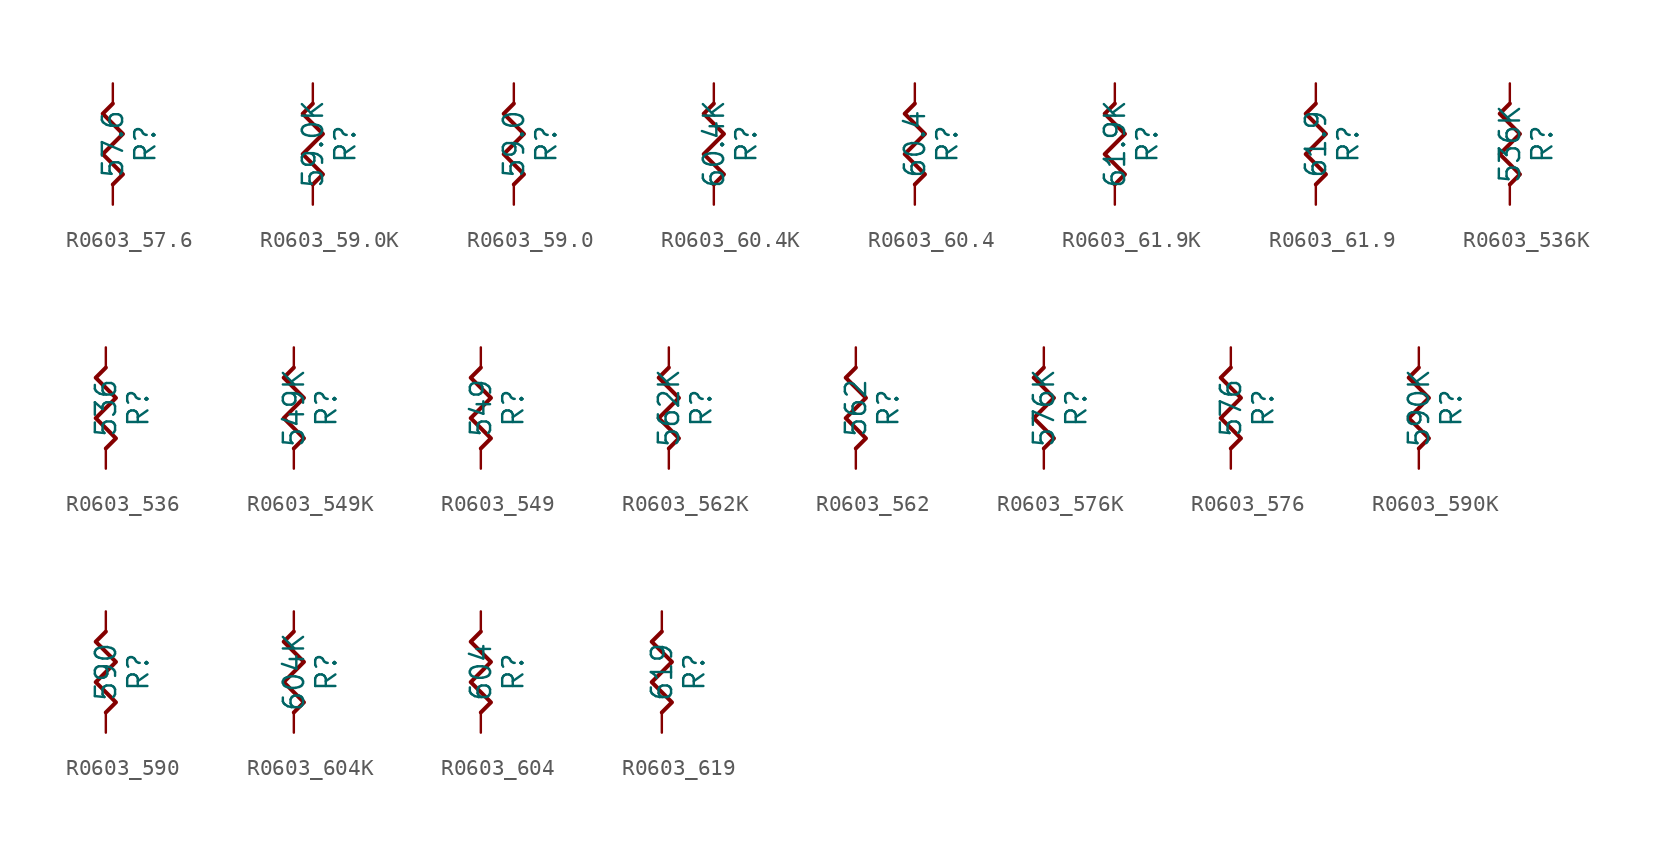
<source format=kicad_sym>
(kicad_symbol_lib
  (version 20211014)
  (generator atlantix-eda)
  (symbol "R0603_57.6"
    (pin_numbers hide)
    (pin_names
      (offset 0))
    (property "Reference" "R"
      (at 2.032 0 90)
      (effects (font (size 1.27 1.27))))
    (property "Value" "57.6"
      (at 0 0 90)
      (effects (font (size 1.27 1.27))))
    (symbol "R0603_57.6_0_1"
      (polyline (pts (xy 0 -2.54) (xy 0.635 -1.905) (xy -0.635 -0.635) (xy 0.635 0.635) (xy -0.635 1.905) (xy 0 2.54)) (stroke (width 0.254) (type default) (color 0 0 0 0)) (fill (type none))))
    (symbol "R0603_57.6_1_1"
      (pin passive line (at 0 3.81 270) (length 1.27) (name "~" (effects (font (size 1.27 1.27)))) (number "1" (effects (font (size 1.27 1.27)))))
      (pin passive line (at 0 -3.81 90) (length 1.27) (name "~" (effects (font (size 1.27 1.27)))) (number "2" (effects (font (size 1.27 1.27)))))))
  (symbol "R0603_59.0K"
    (pin_numbers hide)
    (pin_names
      (offset 0))
    (property "Reference" "R"
      (at 2.032 0 90)
      (effects (font (size 1.27 1.27))))
    (property "Value" "59.0K"
      (at 0 0 90)
      (effects (font (size 1.27 1.27))))
    (symbol "R0603_59.0K_0_1"
      (polyline (pts (xy 0 -2.54) (xy 0.635 -1.905) (xy -0.635 -0.635) (xy 0.635 0.635) (xy -0.635 1.905) (xy 0 2.54)) (stroke (width 0.254) (type default) (color 0 0 0 0)) (fill (type none))))
    (symbol "R0603_59.0K_1_1"
      (pin passive line (at 0 3.81 270) (length 1.27) (name "~" (effects (font (size 1.27 1.27)))) (number "1" (effects (font (size 1.27 1.27)))))
      (pin passive line (at 0 -3.81 90) (length 1.27) (name "~" (effects (font (size 1.27 1.27)))) (number "2" (effects (font (size 1.27 1.27)))))))
  (symbol "R0603_59.0"
    (pin_numbers hide)
    (pin_names
      (offset 0))
    (property "Reference" "R"
      (at 2.032 0 90)
      (effects (font (size 1.27 1.27))))
    (property "Value" "59.0"
      (at 0 0 90)
      (effects (font (size 1.27 1.27))))
    (symbol "R0603_59.0_0_1"
      (polyline (pts (xy 0 -2.54) (xy 0.635 -1.905) (xy -0.635 -0.635) (xy 0.635 0.635) (xy -0.635 1.905) (xy 0 2.54)) (stroke (width 0.254) (type default) (color 0 0 0 0)) (fill (type none))))
    (symbol "R0603_59.0_1_1"
      (pin passive line (at 0 3.81 270) (length 1.27) (name "~" (effects (font (size 1.27 1.27)))) (number "1" (effects (font (size 1.27 1.27)))))
      (pin passive line (at 0 -3.81 90) (length 1.27) (name "~" (effects (font (size 1.27 1.27)))) (number "2" (effects (font (size 1.27 1.27)))))))
  (symbol "R0603_60.4K"
    (pin_numbers hide)
    (pin_names
      (offset 0))
    (property "Reference" "R"
      (at 2.032 0 90)
      (effects (font (size 1.27 1.27))))
    (property "Value" "60.4K"
      (at 0 0 90)
      (effects (font (size 1.27 1.27))))
    (symbol "R0603_60.4K_0_1"
      (polyline (pts (xy 0 -2.54) (xy 0.635 -1.905) (xy -0.635 -0.635) (xy 0.635 0.635) (xy -0.635 1.905) (xy 0 2.54)) (stroke (width 0.254) (type default) (color 0 0 0 0)) (fill (type none))))
    (symbol "R0603_60.4K_1_1"
      (pin passive line (at 0 3.81 270) (length 1.27) (name "~" (effects (font (size 1.27 1.27)))) (number "1" (effects (font (size 1.27 1.27)))))
      (pin passive line (at 0 -3.81 90) (length 1.27) (name "~" (effects (font (size 1.27 1.27)))) (number "2" (effects (font (size 1.27 1.27)))))))
  (symbol "R0603_60.4"
    (pin_numbers hide)
    (pin_names
      (offset 0))
    (property "Reference" "R"
      (at 2.032 0 90)
      (effects (font (size 1.27 1.27))))
    (property "Value" "60.4"
      (at 0 0 90)
      (effects (font (size 1.27 1.27))))
    (symbol "R0603_60.4_0_1"
      (polyline (pts (xy 0 -2.54) (xy 0.635 -1.905) (xy -0.635 -0.635) (xy 0.635 0.635) (xy -0.635 1.905) (xy 0 2.54)) (stroke (width 0.254) (type default) (color 0 0 0 0)) (fill (type none))))
    (symbol "R0603_60.4_1_1"
      (pin passive line (at 0 3.81 270) (length 1.27) (name "~" (effects (font (size 1.27 1.27)))) (number "1" (effects (font (size 1.27 1.27)))))
      (pin passive line (at 0 -3.81 90) (length 1.27) (name "~" (effects (font (size 1.27 1.27)))) (number "2" (effects (font (size 1.27 1.27)))))))
  (symbol "R0603_61.9K"
    (pin_numbers hide)
    (pin_names
      (offset 0))
    (property "Reference" "R"
      (at 2.032 0 90)
      (effects (font (size 1.27 1.27))))
    (property "Value" "61.9K"
      (at 0 0 90)
      (effects (font (size 1.27 1.27))))
    (symbol "R0603_61.9K_0_1"
      (polyline (pts (xy 0 -2.54) (xy 0.635 -1.905) (xy -0.635 -0.635) (xy 0.635 0.635) (xy -0.635 1.905) (xy 0 2.54)) (stroke (width 0.254) (type default) (color 0 0 0 0)) (fill (type none))))
    (symbol "R0603_61.9K_1_1"
      (pin passive line (at 0 3.81 270) (length 1.27) (name "~" (effects (font (size 1.27 1.27)))) (number "1" (effects (font (size 1.27 1.27)))))
      (pin passive line (at 0 -3.81 90) (length 1.27) (name "~" (effects (font (size 1.27 1.27)))) (number "2" (effects (font (size 1.27 1.27)))))))
  (symbol "R0603_61.9"
    (pin_numbers hide)
    (pin_names
      (offset 0))
    (property "Reference" "R"
      (at 2.032 0 90)
      (effects (font (size 1.27 1.27))))
    (property "Value" "61.9"
      (at 0 0 90)
      (effects (font (size 1.27 1.27))))
    (symbol "R0603_61.9_0_1"
      (polyline (pts (xy 0 -2.54) (xy 0.635 -1.905) (xy -0.635 -0.635) (xy 0.635 0.635) (xy -0.635 1.905) (xy 0 2.54)) (stroke (width 0.254) (type default) (color 0 0 0 0)) (fill (type none))))
    (symbol "R0603_61.9_1_1"
      (pin passive line (at 0 3.81 270) (length 1.27) (name "~" (effects (font (size 1.27 1.27)))) (number "1" (effects (font (size 1.27 1.27)))))
      (pin passive line (at 0 -3.81 90) (length 1.27) (name "~" (effects (font (size 1.27 1.27)))) (number "2" (effects (font (size 1.27 1.27)))))))
  (symbol "R0603_536K"
    (pin_numbers hide)
    (pin_names
      (offset 0))
    (property "Reference" "R"
      (at 2.032 0 90)
      (effects (font (size 1.27 1.27))))
    (property "Value" "536K"
      (at 0 0 90)
      (effects (font (size 1.27 1.27))))
    (symbol "R0603_536K_0_1"
      (polyline (pts (xy 0 -2.54) (xy 0.635 -1.905) (xy -0.635 -0.635) (xy 0.635 0.635) (xy -0.635 1.905) (xy 0 2.54)) (stroke (width 0.254) (type default) (color 0 0 0 0)) (fill (type none))))
    (symbol "R0603_536K_1_1"
      (pin passive line (at 0 3.81 270) (length 1.27) (name "~" (effects (font (size 1.27 1.27)))) (number "1" (effects (font (size 1.27 1.27)))))
      (pin passive line (at 0 -3.81 90) (length 1.27) (name "~" (effects (font (size 1.27 1.27)))) (number "2" (effects (font (size 1.27 1.27)))))))
  (symbol "R0603_536"
    (pin_numbers hide)
    (pin_names
      (offset 0))
    (property "Reference" "R"
      (at 2.032 0 90)
      (effects (font (size 1.27 1.27))))
    (property "Value" "536"
      (at 0 0 90)
      (effects (font (size 1.27 1.27))))
    (symbol "R0603_536_0_1"
      (polyline (pts (xy 0 -2.54) (xy 0.635 -1.905) (xy -0.635 -0.635) (xy 0.635 0.635) (xy -0.635 1.905) (xy 0 2.54)) (stroke (width 0.254) (type default) (color 0 0 0 0)) (fill (type none))))
    (symbol "R0603_536_1_1"
      (pin passive line (at 0 3.81 270) (length 1.27) (name "~" (effects (font (size 1.27 1.27)))) (number "1" (effects (font (size 1.27 1.27)))))
      (pin passive line (at 0 -3.81 90) (length 1.27) (name "~" (effects (font (size 1.27 1.27)))) (number "2" (effects (font (size 1.27 1.27)))))))
  (symbol "R0603_549K"
    (pin_numbers hide)
    (pin_names
      (offset 0))
    (property "Reference" "R"
      (at 2.032 0 90)
      (effects (font (size 1.27 1.27))))
    (property "Value" "549K"
      (at 0 0 90)
      (effects (font (size 1.27 1.27))))
    (symbol "R0603_549K_0_1"
      (polyline (pts (xy 0 -2.54) (xy 0.635 -1.905) (xy -0.635 -0.635) (xy 0.635 0.635) (xy -0.635 1.905) (xy 0 2.54)) (stroke (width 0.254) (type default) (color 0 0 0 0)) (fill (type none))))
    (symbol "R0603_549K_1_1"
      (pin passive line (at 0 3.81 270) (length 1.27) (name "~" (effects (font (size 1.27 1.27)))) (number "1" (effects (font (size 1.27 1.27)))))
      (pin passive line (at 0 -3.81 90) (length 1.27) (name "~" (effects (font (size 1.27 1.27)))) (number "2" (effects (font (size 1.27 1.27)))))))
  (symbol "R0603_549"
    (pin_numbers hide)
    (pin_names
      (offset 0))
    (property "Reference" "R"
      (at 2.032 0 90)
      (effects (font (size 1.27 1.27))))
    (property "Value" "549"
      (at 0 0 90)
      (effects (font (size 1.27 1.27))))
    (symbol "R0603_549_0_1"
      (polyline (pts (xy 0 -2.54) (xy 0.635 -1.905) (xy -0.635 -0.635) (xy 0.635 0.635) (xy -0.635 1.905) (xy 0 2.54)) (stroke (width 0.254) (type default) (color 0 0 0 0)) (fill (type none))))
    (symbol "R0603_549_1_1"
      (pin passive line (at 0 3.81 270) (length 1.27) (name "~" (effects (font (size 1.27 1.27)))) (number "1" (effects (font (size 1.27 1.27)))))
      (pin passive line (at 0 -3.81 90) (length 1.27) (name "~" (effects (font (size 1.27 1.27)))) (number "2" (effects (font (size 1.27 1.27)))))))
  (symbol "R0603_562K"
    (pin_numbers hide)
    (pin_names
      (offset 0))
    (property "Reference" "R"
      (at 2.032 0 90)
      (effects (font (size 1.27 1.27))))
    (property "Value" "562K"
      (at 0 0 90)
      (effects (font (size 1.27 1.27))))
    (symbol "R0603_562K_0_1"
      (polyline (pts (xy 0 -2.54) (xy 0.635 -1.905) (xy -0.635 -0.635) (xy 0.635 0.635) (xy -0.635 1.905) (xy 0 2.54)) (stroke (width 0.254) (type default) (color 0 0 0 0)) (fill (type none))))
    (symbol "R0603_562K_1_1"
      (pin passive line (at 0 3.81 270) (length 1.27) (name "~" (effects (font (size 1.27 1.27)))) (number "1" (effects (font (size 1.27 1.27)))))
      (pin passive line (at 0 -3.81 90) (length 1.27) (name "~" (effects (font (size 1.27 1.27)))) (number "2" (effects (font (size 1.27 1.27)))))))
  (symbol "R0603_562"
    (pin_numbers hide)
    (pin_names
      (offset 0))
    (property "Reference" "R"
      (at 2.032 0 90)
      (effects (font (size 1.27 1.27))))
    (property "Value" "562"
      (at 0 0 90)
      (effects (font (size 1.27 1.27))))
    (symbol "R0603_562_0_1"
      (polyline (pts (xy 0 -2.54) (xy 0.635 -1.905) (xy -0.635 -0.635) (xy 0.635 0.635) (xy -0.635 1.905) (xy 0 2.54)) (stroke (width 0.254) (type default) (color 0 0 0 0)) (fill (type none))))
    (symbol "R0603_562_1_1"
      (pin passive line (at 0 3.81 270) (length 1.27) (name "~" (effects (font (size 1.27 1.27)))) (number "1" (effects (font (size 1.27 1.27)))))
      (pin passive line (at 0 -3.81 90) (length 1.27) (name "~" (effects (font (size 1.27 1.27)))) (number "2" (effects (font (size 1.27 1.27)))))))
  (symbol "R0603_576K"
    (pin_numbers hide)
    (pin_names
      (offset 0))
    (property "Reference" "R"
      (at 2.032 0 90)
      (effects (font (size 1.27 1.27))))
    (property "Value" "576K"
      (at 0 0 90)
      (effects (font (size 1.27 1.27))))
    (symbol "R0603_576K_0_1"
      (polyline (pts (xy 0 -2.54) (xy 0.635 -1.905) (xy -0.635 -0.635) (xy 0.635 0.635) (xy -0.635 1.905) (xy 0 2.54)) (stroke (width 0.254) (type default) (color 0 0 0 0)) (fill (type none))))
    (symbol "R0603_576K_1_1"
      (pin passive line (at 0 3.81 270) (length 1.27) (name "~" (effects (font (size 1.27 1.27)))) (number "1" (effects (font (size 1.27 1.27)))))
      (pin passive line (at 0 -3.81 90) (length 1.27) (name "~" (effects (font (size 1.27 1.27)))) (number "2" (effects (font (size 1.27 1.27)))))))
  (symbol "R0603_576"
    (pin_numbers hide)
    (pin_names
      (offset 0))
    (property "Reference" "R"
      (at 2.032 0 90)
      (effects (font (size 1.27 1.27))))
    (property "Value" "576"
      (at 0 0 90)
      (effects (font (size 1.27 1.27))))
    (symbol "R0603_576_0_1"
      (polyline (pts (xy 0 -2.54) (xy 0.635 -1.905) (xy -0.635 -0.635) (xy 0.635 0.635) (xy -0.635 1.905) (xy 0 2.54)) (stroke (width 0.254) (type default) (color 0 0 0 0)) (fill (type none))))
    (symbol "R0603_576_1_1"
      (pin passive line (at 0 3.81 270) (length 1.27) (name "~" (effects (font (size 1.27 1.27)))) (number "1" (effects (font (size 1.27 1.27)))))
      (pin passive line (at 0 -3.81 90) (length 1.27) (name "~" (effects (font (size 1.27 1.27)))) (number "2" (effects (font (size 1.27 1.27)))))))
  (symbol "R0603_590K"
    (pin_numbers hide)
    (pin_names
      (offset 0))
    (property "Reference" "R"
      (at 2.032 0 90)
      (effects (font (size 1.27 1.27))))
    (property "Value" "590K"
      (at 0 0 90)
      (effects (font (size 1.27 1.27))))
    (symbol "R0603_590K_0_1"
      (polyline (pts (xy 0 -2.54) (xy 0.635 -1.905) (xy -0.635 -0.635) (xy 0.635 0.635) (xy -0.635 1.905) (xy 0 2.54)) (stroke (width 0.254) (type default) (color 0 0 0 0)) (fill (type none))))
    (symbol "R0603_590K_1_1"
      (pin passive line (at 0 3.81 270) (length 1.27) (name "~" (effects (font (size 1.27 1.27)))) (number "1" (effects (font (size 1.27 1.27)))))
      (pin passive line (at 0 -3.81 90) (length 1.27) (name "~" (effects (font (size 1.27 1.27)))) (number "2" (effects (font (size 1.27 1.27)))))))
  (symbol "R0603_590"
    (pin_numbers hide)
    (pin_names
      (offset 0))
    (property "Reference" "R"
      (at 2.032 0 90)
      (effects (font (size 1.27 1.27))))
    (property "Value" "590"
      (at 0 0 90)
      (effects (font (size 1.27 1.27))))
    (symbol "R0603_590_0_1"
      (polyline (pts (xy 0 -2.54) (xy 0.635 -1.905) (xy -0.635 -0.635) (xy 0.635 0.635) (xy -0.635 1.905) (xy 0 2.54)) (stroke (width 0.254) (type default) (color 0 0 0 0)) (fill (type none))))
    (symbol "R0603_590_1_1"
      (pin passive line (at 0 3.81 270) (length 1.27) (name "~" (effects (font (size 1.27 1.27)))) (number "1" (effects (font (size 1.27 1.27)))))
      (pin passive line (at 0 -3.81 90) (length 1.27) (name "~" (effects (font (size 1.27 1.27)))) (number "2" (effects (font (size 1.27 1.27)))))))
  (symbol "R0603_604K"
    (pin_numbers hide)
    (pin_names
      (offset 0))
    (property "Reference" "R"
      (at 2.032 0 90)
      (effects (font (size 1.27 1.27))))
    (property "Value" "604K"
      (at 0 0 90)
      (effects (font (size 1.27 1.27))))
    (symbol "R0603_604K_0_1"
      (polyline (pts (xy 0 -2.54) (xy 0.635 -1.905) (xy -0.635 -0.635) (xy 0.635 0.635) (xy -0.635 1.905) (xy 0 2.54)) (stroke (width 0.254) (type default) (color 0 0 0 0)) (fill (type none))))
    (symbol "R0603_604K_1_1"
      (pin passive line (at 0 3.81 270) (length 1.27) (name "~" (effects (font (size 1.27 1.27)))) (number "1" (effects (font (size 1.27 1.27)))))
      (pin passive line (at 0 -3.81 90) (length 1.27) (name "~" (effects (font (size 1.27 1.27)))) (number "2" (effects (font (size 1.27 1.27)))))))
  (symbol "R0603_604"
    (pin_numbers hide)
    (pin_names
      (offset 0))
    (property "Reference" "R"
      (at 2.032 0 90)
      (effects (font (size 1.27 1.27))))
    (property "Value" "604"
      (at 0 0 90)
      (effects (font (size 1.27 1.27))))
    (symbol "R0603_604_0_1"
      (polyline (pts (xy 0 -2.54) (xy 0.635 -1.905) (xy -0.635 -0.635) (xy 0.635 0.635) (xy -0.635 1.905) (xy 0 2.54)) (stroke (width 0.254) (type default) (color 0 0 0 0)) (fill (type none))))
    (symbol "R0603_604_1_1"
      (pin passive line (at 0 3.81 270) (length 1.27) (name "~" (effects (font (size 1.27 1.27)))) (number "1" (effects (font (size 1.27 1.27)))))
      (pin passive line (at 0 -3.81 90) (length 1.27) (name "~" (effects (font (size 1.27 1.27)))) (number "2" (effects (font (size 1.27 1.27)))))))
  (symbol "R0603_619"
    (pin_numbers hide)
    (pin_names
      (offset 0))
    (property "Reference" "R"
      (at 2.032 0 90)
      (effects (font (size 1.27 1.27))))
    (property "Value" "619"
      (at 0 0 90)
      (effects (font (size 1.27 1.27))))
    (symbol "R0603_619_0_1"
      (polyline (pts (xy 0 -2.54) (xy 0.635 -1.905) (xy -0.635 -0.635) (xy 0.635 0.635) (xy -0.635 1.905) (xy 0 2.54)) (stroke (width 0.254) (type default) (color 0 0 0 0)) (fill (type none))))
    (symbol "R0603_619_1_1"
      (pin passive line (at 0 3.81 270) (length 1.27) (name "~" (effects (font (size 1.27 1.27)))) (number "1" (effects (font (size 1.27 1.27)))))
      (pin passive line (at 0 -3.81 90) (length 1.27) (name "~" (effects (font (size 1.27 1.27)))) (number "2" (effects (font (size 1.27 1.27))))))))
</source>
